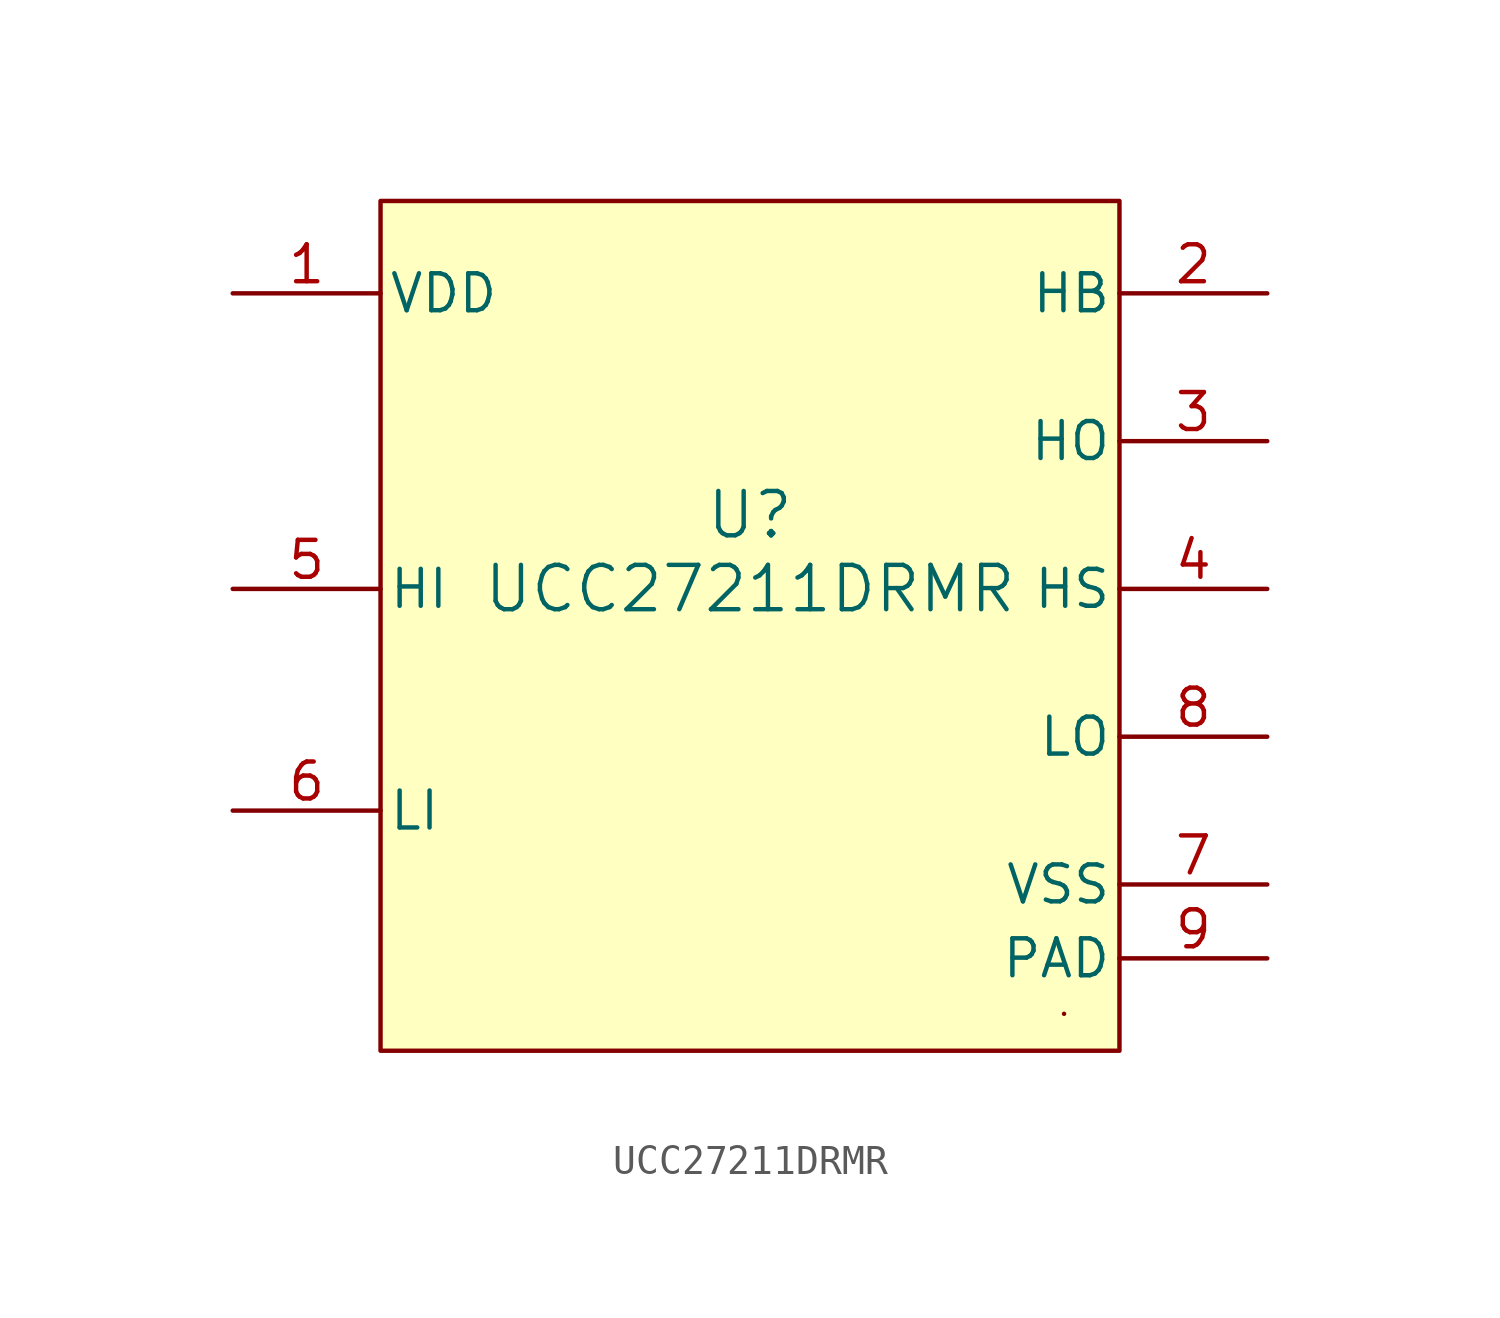
<source format=kicad_sym>
(kicad_symbol_lib
  (version 20241209)
  (generator "kicad_symbol_editor")
  (generator_version "9.0")
  (symbol "UCC27211DRMR"
    (pin_names
      (offset 0.254))
    (property "Reference" "U"
      (at 0 2.54 0)
      (effects (font (size 1.524 1.524))))
    (property "Value" "UCC27211DRMR"
      (at 0 0 0)
      (effects (font (size 1.524 1.524))))
    (symbol "UCC27211DRMR_0_1"
      (pin power_in line (at -17.78 10.16 0) (length 5.08) (name "VDD" (effects (font (size 1.27 1.27)))) (number "1" (effects (font (size 1.27 1.27)))))
      (pin input line (at -17.78 0 0) (length 5.08) (name "HI" (effects (font (size 1.27 1.27)))) (number "5" (effects (font (size 1.27 1.27)))))
      (pin input line (at -17.78 -7.62 0) (length 5.08) (name "LI" (effects (font (size 1.27 1.27)))) (number "6" (effects (font (size 1.27 1.27)))))
      (pin power_in line (at 17.78 10.16 180) (length 5.08) (name "HB" (effects (font (size 1.27 1.27)))) (number "2" (effects (font (size 1.27 1.27)))))
      (pin output line (at 17.78 5.08 180) (length 5.08) (name "HO" (effects (font (size 1.27 1.27)))) (number "3" (effects (font (size 1.27 1.27)))))
      (pin power_in line (at 17.78 0 180) (length 5.08) (name "HS" (effects (font (size 1.27 1.27)))) (number "4" (effects (font (size 1.27 1.27)))))
      (pin output line (at 17.78 -5.08 180) (length 5.08) (name "LO" (effects (font (size 1.27 1.27)))) (number "8" (effects (font (size 1.27 1.27)))))
      (pin power_in line (at 17.78 -10.16 180) (length 5.08) (name "VSS" (effects (font (size 1.27 1.27)))) (number "7" (effects (font (size 1.27 1.27)))))
      (pin unspecified line (at 17.78 -12.7 180) (length 5.08) (name "PAD" (effects (font (size 1.27 1.27)))) (number "9" (effects (font (size 1.27 1.27))))))
    (symbol "UCC27211DRMR_1_1"
      (rectangle (start -12.7 13.335) (end 12.7 -15.875) (stroke (width 0) (type solid)) (fill (type background)))
      (rectangle (start 10.795 -14.605) (end 10.795 -14.605) (stroke (width 0) (type default)) (fill (type none))))))
</source>
